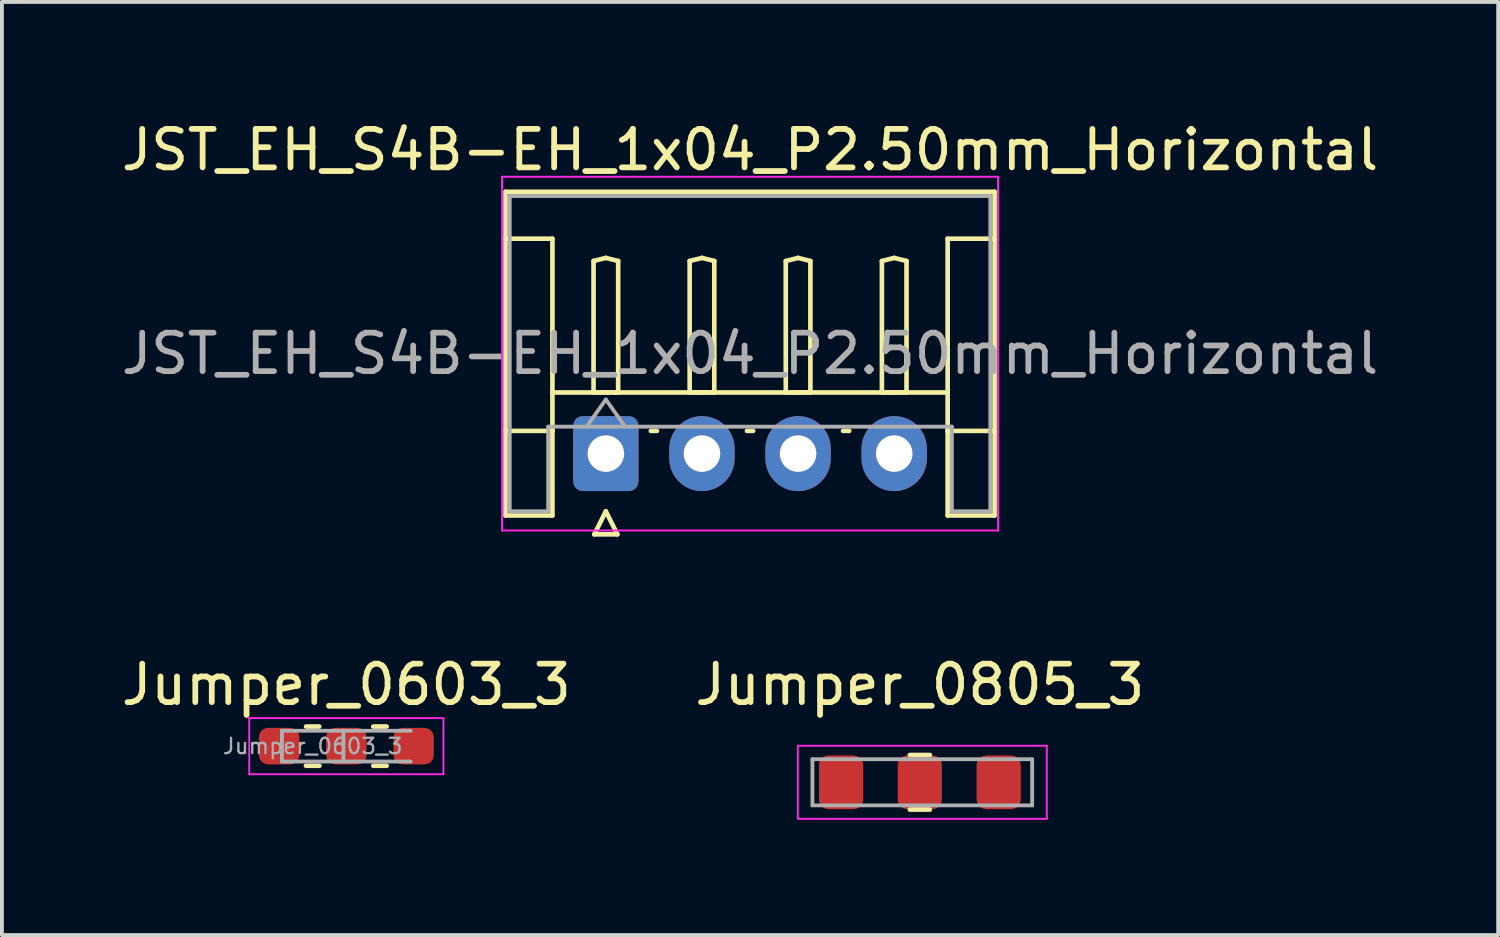
<source format=kicad_pcb>
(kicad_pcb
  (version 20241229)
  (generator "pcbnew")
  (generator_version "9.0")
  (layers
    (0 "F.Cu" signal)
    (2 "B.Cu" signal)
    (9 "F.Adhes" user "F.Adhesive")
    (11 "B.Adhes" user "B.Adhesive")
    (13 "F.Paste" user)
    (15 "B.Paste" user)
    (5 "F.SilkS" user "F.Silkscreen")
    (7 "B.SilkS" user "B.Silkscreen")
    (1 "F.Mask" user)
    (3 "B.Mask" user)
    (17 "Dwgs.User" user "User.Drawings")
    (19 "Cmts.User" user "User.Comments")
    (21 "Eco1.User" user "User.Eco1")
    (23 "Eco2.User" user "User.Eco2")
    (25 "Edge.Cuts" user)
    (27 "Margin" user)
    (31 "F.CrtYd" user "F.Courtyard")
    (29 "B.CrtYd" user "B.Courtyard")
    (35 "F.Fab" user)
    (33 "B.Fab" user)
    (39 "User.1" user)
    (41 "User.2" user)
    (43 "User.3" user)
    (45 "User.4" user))
  (footprint "JST_EH_S4B-EH_1x04_P2.50mm_Horizontal"
    (layer "F.Cu")
    (at 12.708 8.748)
    (property "Reference" "JST_EH_S4B-EH_1x04_P2.50mm_Horizontal" (at 3.75 -7.9 0) (layer "F.SilkS") (effects (font (size 1 1) (thickness 0.15))))
    (attr through_hole)
    (fp_line (start -2.61 -6.81) (end 10.11 -6.81) (stroke (width 0.12) (type solid)) (layer "F.SilkS"))
    (fp_line (start -2.61 -5.59) (end -1.39 -5.59) (stroke (width 0.12) (type solid)) (layer "F.SilkS"))
    (fp_line (start -2.61 1.61) (end -2.61 -6.81) (stroke (width 0.12) (type solid)) (layer "F.SilkS"))
    (fp_line (start -1.39 -5.59) (end -1.39 -0.59) (stroke (width 0.12) (type solid)) (layer "F.SilkS"))
    (fp_line (start -1.39 -1.59) (end 8.89 -1.59) (stroke (width 0.12) (type solid)) (layer "F.SilkS"))
    (fp_line (start -1.39 -0.59) (end -2.61 -0.59) (stroke (width 0.12) (type solid)) (layer "F.SilkS"))
    (fp_line (start -1.39 -0.59) (end -1.39 1.61) (stroke (width 0.12) (type solid)) (layer "F.SilkS"))
    (fp_line (start -1.39 1.61) (end -2.61 1.61) (stroke (width 0.12) (type solid)) (layer "F.SilkS"))
    (fp_line (start -0.32 -5.01) (end 0 -5.09) (stroke (width 0.12) (type solid)) (layer "F.SilkS"))
    (fp_line (start -0.32 -1.59) (end -0.32 -5.01) (stroke (width 0.12) (type solid)) (layer "F.SilkS"))
    (fp_line (start -0.3 2.1) (end 0.3 2.1) (stroke (width 0.12) (type solid)) (layer "F.SilkS"))
    (fp_line (start 0 -5.09) (end 0.32 -5.01) (stroke (width 0.12) (type solid)) (layer "F.SilkS"))
    (fp_line (start 0 -1.59) (end -0.32 -1.59) (stroke (width 0.12) (type solid)) (layer "F.SilkS"))
    (fp_line (start 0 1.5) (end -0.3 2.1) (stroke (width 0.12) (type solid)) (layer "F.SilkS"))
    (fp_line (start 0.3 2.1) (end 0 1.5) (stroke (width 0.12) (type solid)) (layer "F.SilkS"))
    (fp_line (start 0.32 -5.01) (end 0.32 -1.59) (stroke (width 0.12) (type solid)) (layer "F.SilkS"))
    (fp_line (start 0.32 -1.59) (end 0 -1.59) (stroke (width 0.12) (type solid)) (layer "F.SilkS"))
    (fp_line (start 1.17 -0.59) (end 1.33 -0.59) (stroke (width 0.12) (type solid)) (layer "F.SilkS"))
    (fp_line (start 2.18 -5.01) (end 2.5 -5.09) (stroke (width 0.12) (type solid)) (layer "F.SilkS"))
    (fp_line (start 2.18 -1.59) (end 2.18 -5.01) (stroke (width 0.12) (type solid)) (layer "F.SilkS"))
    (fp_line (start 2.5 -5.09) (end 2.82 -5.01) (stroke (width 0.12) (type solid)) (layer "F.SilkS"))
    (fp_line (start 2.5 -1.59) (end 2.18 -1.59) (stroke (width 0.12) (type solid)) (layer "F.SilkS"))
    (fp_line (start 2.82 -5.01) (end 2.82 -1.59) (stroke (width 0.12) (type solid)) (layer "F.SilkS"))
    (fp_line (start 2.82 -1.59) (end 2.5 -1.59) (stroke (width 0.12) (type solid)) (layer "F.SilkS"))
    (fp_line (start 3.67 -0.59) (end 3.83 -0.59) (stroke (width 0.12) (type solid)) (layer "F.SilkS"))
    (fp_line (start 4.68 -5.01) (end 5 -5.09) (stroke (width 0.12) (type solid)) (layer "F.SilkS"))
    (fp_line (start 4.68 -1.59) (end 4.68 -5.01) (stroke (width 0.12) (type solid)) (layer "F.SilkS"))
    (fp_line (start 5 -5.09) (end 5.32 -5.01) (stroke (width 0.12) (type solid)) (layer "F.SilkS"))
    (fp_line (start 5 -1.59) (end 4.68 -1.59) (stroke (width 0.12) (type solid)) (layer "F.SilkS"))
    (fp_line (start 5.32 -5.01) (end 5.32 -1.59) (stroke (width 0.12) (type solid)) (layer "F.SilkS"))
    (fp_line (start 5.32 -1.59) (end 5 -1.59) (stroke (width 0.12) (type solid)) (layer "F.SilkS"))
    (fp_line (start 6.17 -0.59) (end 6.33 -0.59) (stroke (width 0.12) (type solid)) (layer "F.SilkS"))
    (fp_line (start 7.18 -5.01) (end 7.5 -5.09) (stroke (width 0.12) (type solid)) (layer "F.SilkS"))
    (fp_line (start 7.18 -1.59) (end 7.18 -5.01) (stroke (width 0.12) (type solid)) (layer "F.SilkS"))
    (fp_line (start 7.5 -5.09) (end 7.82 -5.01) (stroke (width 0.12) (type solid)) (layer "F.SilkS"))
    (fp_line (start 7.5 -1.59) (end 7.18 -1.59) (stroke (width 0.12) (type solid)) (layer "F.SilkS"))
    (fp_line (start 7.82 -5.01) (end 7.82 -1.59) (stroke (width 0.12) (type solid)) (layer "F.SilkS"))
    (fp_line (start 7.82 -1.59) (end 7.5 -1.59) (stroke (width 0.12) (type solid)) (layer "F.SilkS"))
    (fp_line (start 8.89 -5.59) (end 8.89 -0.59) (stroke (width 0.12) (type solid)) (layer "F.SilkS"))
    (fp_line (start 8.89 -0.59) (end 10.11 -0.59) (stroke (width 0.12) (type solid)) (layer "F.SilkS"))
    (fp_line (start 8.89 1.61) (end 8.89 -0.59) (stroke (width 0.12) (type solid)) (layer "F.SilkS"))
    (fp_line (start 10.11 -6.81) (end 10.11 1.61) (stroke (width 0.12) (type solid)) (layer "F.SilkS"))
    (fp_line (start 10.11 -5.59) (end 8.89 -5.59) (stroke (width 0.12) (type solid)) (layer "F.SilkS"))
    (fp_line (start 10.11 1.61) (end 8.89 1.61) (stroke (width 0.12) (type solid)) (layer "F.SilkS"))
    (fp_line (start -2.7 -7.2) (end -2.7 2) (stroke (width 0.05) (type solid)) (layer "F.CrtYd"))
    (fp_line (start -2.7 2) (end 10.2 2) (stroke (width 0.05) (type solid)) (layer "F.CrtYd"))
    (fp_line (start 10.2 -7.2) (end -2.7 -7.2) (stroke (width 0.05) (type solid)) (layer "F.CrtYd"))
    (fp_line (start 10.2 2) (end 10.2 -7.2) (stroke (width 0.05) (type solid)) (layer "F.CrtYd"))
    (fp_line (start -2.5 -6.7) (end 10 -6.7) (stroke (width 0.1) (type solid)) (layer "F.Fab"))
    (fp_line (start -2.5 1.5) (end -2.5 -6.7) (stroke (width 0.1) (type solid)) (layer "F.Fab"))
    (fp_line (start -1.5 -0.7) (end -1.5 1.5) (stroke (width 0.1) (type solid)) (layer "F.Fab"))
    (fp_line (start -1.5 1.5) (end -2.5 1.5) (stroke (width 0.1) (type solid)) (layer "F.Fab"))
    (fp_line (start -0.5 -0.7) (end 0 -1.407) (stroke (width 0.1) (type solid)) (layer "F.Fab"))
    (fp_line (start 0 -1.407) (end 0.5 -0.7) (stroke (width 0.1) (type solid)) (layer "F.Fab"))
    (fp_line (start 9 -0.7) (end -1.5 -0.7) (stroke (width 0.1) (type solid)) (layer "F.Fab"))
    (fp_line (start 9 1.5) (end 9 -0.7) (stroke (width 0.1) (type solid)) (layer "F.Fab"))
    (fp_line (start 10 -6.7) (end 10 1.5) (stroke (width 0.1) (type solid)) (layer "F.Fab"))
    (fp_line (start 10 1.5) (end 9 1.5) (stroke (width 0.1) (type solid)) (layer "F.Fab"))
    (fp_text user "${REFERENCE}" (at 3.75 -2.6 0) (layer "F.Fab") (effects (font (size 1 1) (thickness 0.15))))
    (pad "1" thru_hole roundrect (at 0 0) (size 1.7 1.95) (drill 0.95) (layers "*.Cu" "*.Mask") (roundrect_rratio 0.147))
    (pad "2" thru_hole oval (at 2.5 0) (size 1.7 1.95) (drill 0.95) (layers "*.Cu" "*.Mask"))
    (pad "3" thru_hole oval (at 5 0) (size 1.7 1.95) (drill 0.95) (layers "*.Cu" "*.Mask"))
    (pad "4" thru_hole oval (at 7.5 0) (size 1.7 1.95) (drill 0.95) (layers "*.Cu" "*.Mask")))
  (footprint "Jumper_0805_3"
    (layer "F.Cu")
    (at 20.875 17.297)
    (property "Reference" "Jumper_0805_3" (at 0 -2.54 0) (layer "F.SilkS") (effects (font (size 1 1) (thickness 0.15))))
    (attr smd)
    (fp_line (start -0.261 -0.71) (end 0.261 -0.71) (stroke (width 0.12) (type solid)) (layer "F.SilkS"))
    (fp_line (start -0.261 0.71) (end 0.261 0.71) (stroke (width 0.12) (type solid)) (layer "F.SilkS"))
    (fp_line (start -3.175 -0.95) (end 3.302 -0.95) (stroke (width 0.05) (type solid)) (layer "F.CrtYd"))
    (fp_line (start -3.175 0.95) (end -3.175 -0.95) (stroke (width 0.05) (type solid)) (layer "F.CrtYd"))
    (fp_line (start 3.302 -0.95) (end 3.302 0.95) (stroke (width 0.05) (type solid)) (layer "F.CrtYd"))
    (fp_line (start 3.302 0.95) (end -3.175 0.95) (stroke (width 0.05) (type solid)) (layer "F.CrtYd"))
    (fp_line (start -2.794 -0.6) (end 2.921 -0.6) (stroke (width 0.1) (type solid)) (layer "F.Fab"))
    (fp_line (start -2.794 0.6) (end -2.794 -0.6) (stroke (width 0.1) (type solid)) (layer "F.Fab"))
    (fp_line (start 2.921 -0.6) (end 2.921 0.6) (stroke (width 0.1) (type solid)) (layer "F.Fab"))
    (fp_line (start 2.921 0.6) (end -2.794 0.6) (stroke (width 0.1) (type solid)) (layer "F.Fab"))
    (pad "1" smd roundrect (at -2.05 0) (size 1.15 1.4) (layers "F.Cu" "F.Mask" "F.Paste") (roundrect_rratio 0.217))
    (pad "2" smd roundrect (at 0 0) (size 1.15 1.4) (layers "F.Cu" "F.Mask" "F.Paste") (roundrect_rratio 0.217))
    (pad "3" smd roundrect (at 2.05 0) (size 1.15 1.4) (layers "F.Cu" "F.Mask" "F.Paste") (roundrect_rratio 0.217)))
  (footprint "Jumper_0603_3"
    (layer "F.Cu")
    (at 5.958 16.357)
    (property "Reference" "Jumper_0603_3" (at 0 -1.6 0) (layer "F.SilkS") (effects (font (size 1 1) (thickness 0.15))))
    (attr smd)
    (fp_line (start -1.05 0.51) (end -0.7 0.51) (stroke (width 0.12) (type solid)) (layer "F.SilkS"))
    (fp_line (start -1.046 -0.51) (end -0.704 -0.51) (stroke (width 0.12) (type solid)) (layer "F.SilkS"))
    (fp_line (start 0.7 -0.51) (end 1.05 -0.51) (stroke (width 0.12) (type solid)) (layer "F.SilkS"))
    (fp_line (start 0.7 0.51) (end 1.05 0.51) (stroke (width 0.12) (type solid)) (layer "F.SilkS"))
    (fp_line (start -2.525 -0.73) (end 2.525 -0.73) (stroke (width 0.05) (type solid)) (layer "F.CrtYd"))
    (fp_line (start -2.525 0.73) (end -2.525 -0.73) (stroke (width 0.05) (type solid)) (layer "F.CrtYd"))
    (fp_line (start 2.525 -0.73) (end 2.525 0.73) (stroke (width 0.05) (type solid)) (layer "F.CrtYd"))
    (fp_line (start 2.525 0.73) (end -2.525 0.73) (stroke (width 0.05) (type solid)) (layer "F.CrtYd"))
    (fp_line (start -1.675 -0.4) (end 1.675 -0.4) (stroke (width 0.1) (type solid)) (layer "F.Fab"))
    (fp_line (start -1.675 0.4) (end -1.675 -0.4) (stroke (width 0.1) (type solid)) (layer "F.Fab"))
    (fp_line (start -0.075 -0.4) (end -0.075 0.4) (stroke (width 0.1) (type solid)) (layer "F.Fab"))
    (fp_line (start 1.675 0.4) (end -1.675 0.4) (stroke (width 0.1) (type solid)) (layer "F.Fab"))
    (fp_text user "${REFERENCE}" (at -0.875 0 0) (layer "F.Fab") (effects (font (size 0.4 0.4) (thickness 0.06))))
    (pad "1" smd roundrect (at -1.75 0) (size 1.05 0.95) (layers "F.Cu" "F.Mask" "F.Paste") (roundrect_rratio 0.25))
    (pad "2" smd roundrect (at 0 0) (size 1.05 0.95) (layers "F.Cu" "F.Mask" "F.Paste") (roundrect_rratio 0.25))
    (pad "3" smd roundrect (at 1.75 0) (size 1.05 0.95) (layers "F.Cu" "F.Mask" "F.Paste") (roundrect_rratio 0.25)))
  (gr_rect
    (start -3 -3)
    (end 35.917 21.271)
    (stroke (width 0.1) (type default))
    (fill no)
    (layer "Edge.Cuts")))
</source>
